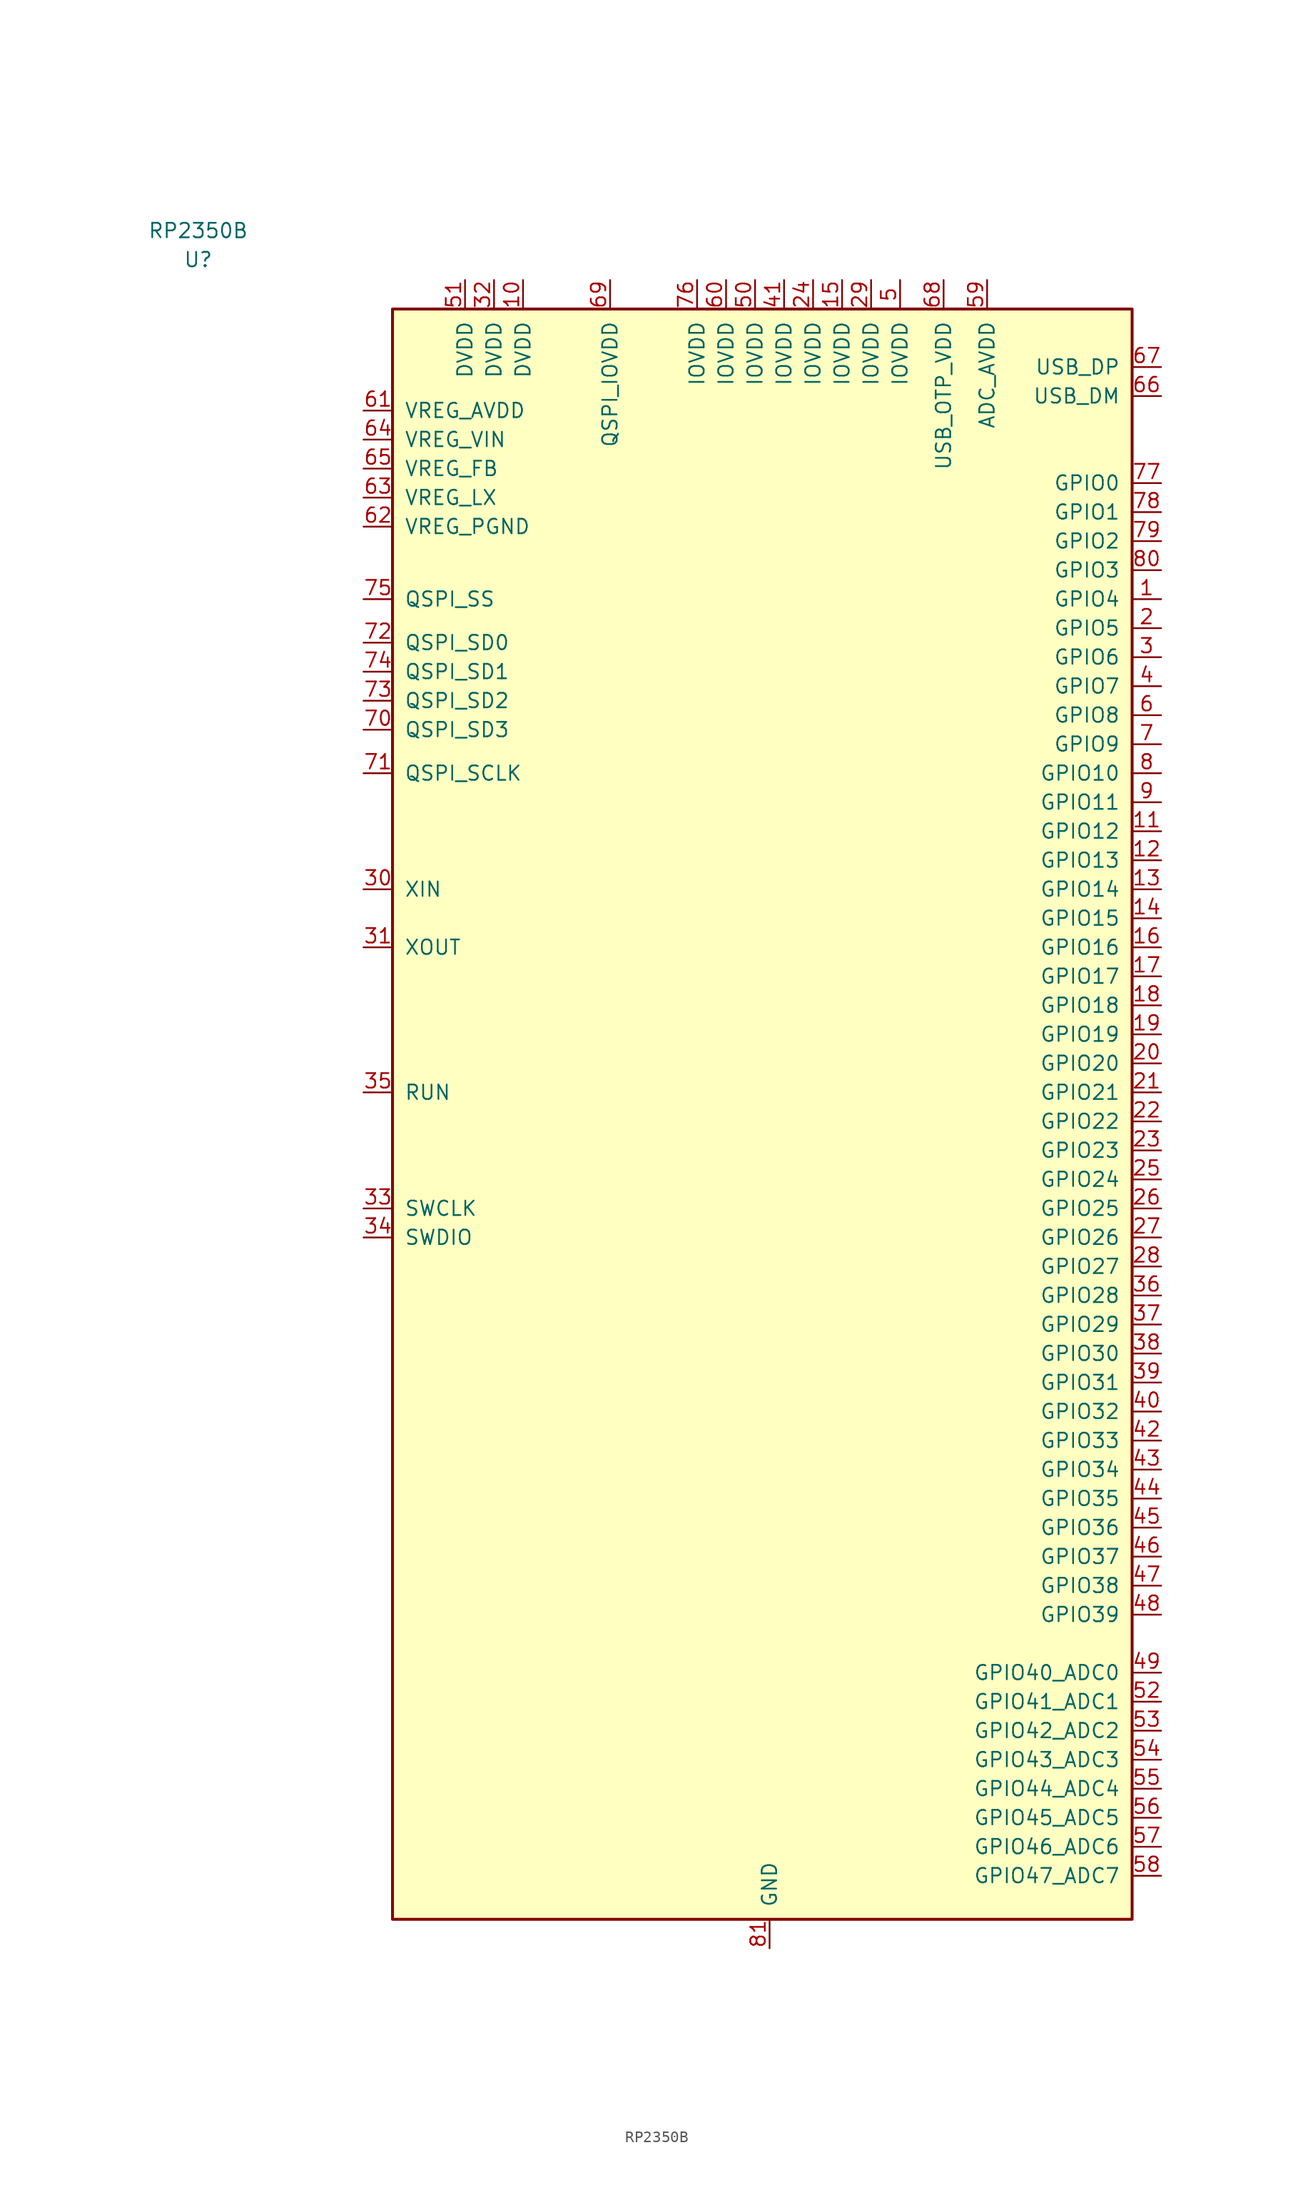
<source format=kicad_sym>
(kicad_symbol_lib
  (version 20241209)
  (generator "kicad_symbol_editor")
  (generator_version "9.0")
  (symbol "RP2350B"
    (pin_names
      (offset 1.016))
    (property "Reference" "U"
      (at -50.038 70.358 0)
      (effects (font (size 1.27 1.27))))
    (property "Value" "RP2350B"
      (at -50.038 72.898 0)
      (effects (font (size 1.27 1.27))))
    (symbol "RP2350B_1_0"
      (pin passive line (at 0 -77.47 90) (length 2.54) (name "GND" (effects (font (size 1.27 1.27)))) (number "81" (effects (font (size 1.27 1.27))))))
    (symbol "RP2350B_1_1"
      (rectangle (start -33.02 66.04) (end 31.75 -74.93) (stroke (width 0.254) (type solid)) (fill (type color) (color 255 255 194 1)))
      (pin power_in line (at -35.56 57.15 0) (length 2.54) (name "VREG_AVDD" (effects (font (size 1.27 1.27)))) (number "61" (effects (font (size 1.27 1.27)))))
      (pin power_in line (at -35.56 54.61 0) (length 2.54) (name "VREG_VIN" (effects (font (size 1.27 1.27)))) (number "64" (effects (font (size 1.27 1.27)))))
      (pin power_in line (at -35.56 52.07 0) (length 2.54) (name "VREG_FB" (effects (font (size 1.27 1.27)))) (number "65" (effects (font (size 1.27 1.27)))))
      (pin power_out line (at -35.56 49.53 0) (length 2.54) (name "VREG_LX" (effects (font (size 1.27 1.27)))) (number "63" (effects (font (size 1.27 1.27)))))
      (pin passive line (at -35.56 46.99 0) (length 2.54) (name "VREG_PGND" (effects (font (size 1.27 1.27)))) (number "62" (effects (font (size 1.27 1.27)))))
      (pin bidirectional line (at -35.56 40.64 0) (length 2.54) (name "QSPI_SS" (effects (font (size 1.27 1.27)))) (number "75" (effects (font (size 1.27 1.27)))))
      (pin bidirectional line (at -35.56 36.83 0) (length 2.54) (name "QSPI_SD0" (effects (font (size 1.27 1.27)))) (number "72" (effects (font (size 1.27 1.27)))))
      (pin bidirectional line (at -35.56 34.29 0) (length 2.54) (name "QSPI_SD1" (effects (font (size 1.27 1.27)))) (number "74" (effects (font (size 1.27 1.27)))))
      (pin bidirectional line (at -35.56 31.75 0) (length 2.54) (name "QSPI_SD2" (effects (font (size 1.27 1.27)))) (number "73" (effects (font (size 1.27 1.27)))))
      (pin bidirectional line (at -35.56 29.21 0) (length 2.54) (name "QSPI_SD3" (effects (font (size 1.27 1.27)))) (number "70" (effects (font (size 1.27 1.27)))))
      (pin bidirectional line (at -35.56 25.4 0) (length 2.54) (name "QSPI_SCLK" (effects (font (size 1.27 1.27)))) (number "71" (effects (font (size 1.27 1.27)))))
      (pin input line (at -35.56 15.24 0) (length 2.54) (name "XIN" (effects (font (size 1.27 1.27)))) (number "30" (effects (font (size 1.27 1.27)))))
      (pin output line (at -35.56 10.16 0) (length 2.54) (name "XOUT" (effects (font (size 1.27 1.27)))) (number "31" (effects (font (size 1.27 1.27)))))
      (pin input line (at -35.56 -2.54 0) (length 2.54) (name "RUN" (effects (font (size 1.27 1.27)))) (number "35" (effects (font (size 1.27 1.27)))))
      (pin bidirectional line (at -35.56 -12.7 0) (length 2.54) (name "SWCLK" (effects (font (size 1.27 1.27)))) (number "33" (effects (font (size 1.27 1.27)))))
      (pin bidirectional line (at -35.56 -15.24 0) (length 2.54) (name "SWDIO" (effects (font (size 1.27 1.27)))) (number "34" (effects (font (size 1.27 1.27)))))
      (pin power_in line (at -26.67 68.58 270) (length 2.54) (name "DVDD" (effects (font (size 1.27 1.27)))) (number "51" (effects (font (size 1.27 1.27)))))
      (pin power_in line (at -24.13 68.58 270) (length 2.54) (name "DVDD" (effects (font (size 1.27 1.27)))) (number "32" (effects (font (size 1.27 1.27)))))
      (pin power_in line (at -21.59 68.58 270) (length 2.54) (name "DVDD" (effects (font (size 1.27 1.27)))) (number "10" (effects (font (size 1.27 1.27)))))
      (pin bidirectional line (at -13.97 68.58 270) (length 2.54) (name "QSPI_IOVDD" (effects (font (size 1.27 1.27)))) (number "69" (effects (font (size 1.27 1.27)))))
      (pin power_in line (at -6.35 68.58 270) (length 2.54) (name "IOVDD" (effects (font (size 1.27 1.27)))) (number "76" (effects (font (size 1.27 1.27)))))
      (pin power_in line (at -3.81 68.58 270) (length 2.54) (name "IOVDD" (effects (font (size 1.27 1.27)))) (number "60" (effects (font (size 1.27 1.27)))))
      (pin power_in line (at -1.27 68.58 270) (length 2.54) (name "IOVDD" (effects (font (size 1.27 1.27)))) (number "50" (effects (font (size 1.27 1.27)))))
      (pin power_in line (at 1.27 68.58 270) (length 2.54) (name "IOVDD" (effects (font (size 1.27 1.27)))) (number "41" (effects (font (size 1.27 1.27)))))
      (pin power_in line (at 3.81 68.58 270) (length 2.54) (name "IOVDD" (effects (font (size 1.27 1.27)))) (number "24" (effects (font (size 1.27 1.27)))))
      (pin power_in line (at 6.35 68.58 270) (length 2.54) (name "IOVDD" (effects (font (size 1.27 1.27)))) (number "15" (effects (font (size 1.27 1.27)))))
      (pin power_in line (at 8.89 68.58 270) (length 2.54) (name "IOVDD" (effects (font (size 1.27 1.27)))) (number "29" (effects (font (size 1.27 1.27)))))
      (pin power_in line (at 11.43 68.58 270) (length 2.54) (name "IOVDD" (effects (font (size 1.27 1.27)))) (number "5" (effects (font (size 1.27 1.27)))))
      (pin power_in line (at 15.24 68.58 270) (length 2.54) (name "USB_OTP_VDD" (effects (font (size 1.27 1.27)))) (number "68" (effects (font (size 1.27 1.27)))))
      (pin power_in line (at 19.05 68.58 270) (length 2.54) (name "ADC_AVDD" (effects (font (size 1.27 1.27)))) (number "59" (effects (font (size 1.27 1.27)))))
      (pin bidirectional line (at 34.29 60.96 180) (length 2.54) (name "USB_DP" (effects (font (size 1.27 1.27)))) (number "67" (effects (font (size 1.27 1.27)))))
      (pin bidirectional line (at 34.29 58.42 180) (length 2.54) (name "USB_DM" (effects (font (size 1.27 1.27)))) (number "66" (effects (font (size 1.27 1.27)))))
      (pin bidirectional line (at 34.29 50.8 180) (length 2.54) (name "GPIO0" (effects (font (size 1.27 1.27)))) (number "77" (effects (font (size 1.27 1.27)))))
      (pin bidirectional line (at 34.29 48.26 180) (length 2.54) (name "GPIO1" (effects (font (size 1.27 1.27)))) (number "78" (effects (font (size 1.27 1.27)))))
      (pin bidirectional line (at 34.29 45.72 180) (length 2.54) (name "GPIO2" (effects (font (size 1.27 1.27)))) (number "79" (effects (font (size 1.27 1.27)))))
      (pin bidirectional line (at 34.29 43.18 180) (length 2.54) (name "GPIO3" (effects (font (size 1.27 1.27)))) (number "80" (effects (font (size 1.27 1.27)))))
      (pin bidirectional line (at 34.29 40.64 180) (length 2.54) (name "GPIO4" (effects (font (size 1.27 1.27)))) (number "1" (effects (font (size 1.27 1.27)))))
      (pin bidirectional line (at 34.29 38.1 180) (length 2.54) (name "GPIO5" (effects (font (size 1.27 1.27)))) (number "2" (effects (font (size 1.27 1.27)))))
      (pin bidirectional line (at 34.29 35.56 180) (length 2.54) (name "GPIO6" (effects (font (size 1.27 1.27)))) (number "3" (effects (font (size 1.27 1.27)))))
      (pin bidirectional line (at 34.29 33.02 180) (length 2.54) (name "GPIO7" (effects (font (size 1.27 1.27)))) (number "4" (effects (font (size 1.27 1.27)))))
      (pin bidirectional line (at 34.29 30.48 180) (length 2.54) (name "GPIO8" (effects (font (size 1.27 1.27)))) (number "6" (effects (font (size 1.27 1.27)))))
      (pin bidirectional line (at 34.29 27.94 180) (length 2.54) (name "GPIO9" (effects (font (size 1.27 1.27)))) (number "7" (effects (font (size 1.27 1.27)))))
      (pin bidirectional line (at 34.29 25.4 180) (length 2.54) (name "GPIO10" (effects (font (size 1.27 1.27)))) (number "8" (effects (font (size 1.27 1.27)))))
      (pin bidirectional line (at 34.29 22.86 180) (length 2.54) (name "GPIO11" (effects (font (size 1.27 1.27)))) (number "9" (effects (font (size 1.27 1.27)))))
      (pin bidirectional line (at 34.29 20.32 180) (length 2.54) (name "GPIO12" (effects (font (size 1.27 1.27)))) (number "11" (effects (font (size 1.27 1.27)))))
      (pin bidirectional line (at 34.29 17.78 180) (length 2.54) (name "GPIO13" (effects (font (size 1.27 1.27)))) (number "12" (effects (font (size 1.27 1.27)))))
      (pin bidirectional line (at 34.29 15.24 180) (length 2.54) (name "GPIO14" (effects (font (size 1.27 1.27)))) (number "13" (effects (font (size 1.27 1.27)))))
      (pin bidirectional line (at 34.29 12.7 180) (length 2.54) (name "GPIO15" (effects (font (size 1.27 1.27)))) (number "14" (effects (font (size 1.27 1.27)))))
      (pin bidirectional line (at 34.29 10.16 180) (length 2.54) (name "GPIO16" (effects (font (size 1.27 1.27)))) (number "16" (effects (font (size 1.27 1.27)))))
      (pin bidirectional line (at 34.29 7.62 180) (length 2.54) (name "GPIO17" (effects (font (size 1.27 1.27)))) (number "17" (effects (font (size 1.27 1.27)))))
      (pin bidirectional line (at 34.29 5.08 180) (length 2.54) (name "GPIO18" (effects (font (size 1.27 1.27)))) (number "18" (effects (font (size 1.27 1.27)))))
      (pin bidirectional line (at 34.29 2.54 180) (length 2.54) (name "GPIO19" (effects (font (size 1.27 1.27)))) (number "19" (effects (font (size 1.27 1.27)))))
      (pin bidirectional line (at 34.29 0 180) (length 2.54) (name "GPIO20" (effects (font (size 1.27 1.27)))) (number "20" (effects (font (size 1.27 1.27)))))
      (pin bidirectional line (at 34.29 -2.54 180) (length 2.54) (name "GPIO21" (effects (font (size 1.27 1.27)))) (number "21" (effects (font (size 1.27 1.27)))))
      (pin bidirectional line (at 34.29 -5.08 180) (length 2.54) (name "GPIO22" (effects (font (size 1.27 1.27)))) (number "22" (effects (font (size 1.27 1.27)))))
      (pin bidirectional line (at 34.29 -7.62 180) (length 2.54) (name "GPIO23" (effects (font (size 1.27 1.27)))) (number "23" (effects (font (size 1.27 1.27)))))
      (pin bidirectional line (at 34.29 -10.16 180) (length 2.54) (name "GPIO24" (effects (font (size 1.27 1.27)))) (number "25" (effects (font (size 1.27 1.27)))))
      (pin bidirectional line (at 34.29 -12.7 180) (length 2.54) (name "GPIO25" (effects (font (size 1.27 1.27)))) (number "26" (effects (font (size 1.27 1.27)))))
      (pin bidirectional line (at 34.29 -15.24 180) (length 2.54) (name "GPIO26" (effects (font (size 1.27 1.27)))) (number "27" (effects (font (size 1.27 1.27)))))
      (pin bidirectional line (at 34.29 -17.78 180) (length 2.54) (name "GPIO27" (effects (font (size 1.27 1.27)))) (number "28" (effects (font (size 1.27 1.27)))))
      (pin bidirectional line (at 34.29 -20.32 180) (length 2.54) (name "GPIO28" (effects (font (size 1.27 1.27)))) (number "36" (effects (font (size 1.27 1.27)))))
      (pin bidirectional line (at 34.29 -22.86 180) (length 2.54) (name "GPIO29" (effects (font (size 1.27 1.27)))) (number "37" (effects (font (size 1.27 1.27)))))
      (pin bidirectional line (at 34.29 -25.4 180) (length 2.54) (name "GPIO30" (effects (font (size 1.27 1.27)))) (number "38" (effects (font (size 1.27 1.27)))))
      (pin bidirectional line (at 34.29 -27.94 180) (length 2.54) (name "GPIO31" (effects (font (size 1.27 1.27)))) (number "39" (effects (font (size 1.27 1.27)))))
      (pin bidirectional line (at 34.29 -30.48 180) (length 2.54) (name "GPIO32" (effects (font (size 1.27 1.27)))) (number "40" (effects (font (size 1.27 1.27)))))
      (pin bidirectional line (at 34.29 -33.02 180) (length 2.54) (name "GPIO33" (effects (font (size 1.27 1.27)))) (number "42" (effects (font (size 1.27 1.27)))))
      (pin bidirectional line (at 34.29 -35.56 180) (length 2.54) (name "GPIO34" (effects (font (size 1.27 1.27)))) (number "43" (effects (font (size 1.27 1.27)))))
      (pin bidirectional line (at 34.29 -38.1 180) (length 2.54) (name "GPIO35" (effects (font (size 1.27 1.27)))) (number "44" (effects (font (size 1.27 1.27)))))
      (pin bidirectional line (at 34.29 -40.64 180) (length 2.54) (name "GPIO36" (effects (font (size 1.27 1.27)))) (number "45" (effects (font (size 1.27 1.27)))))
      (pin bidirectional line (at 34.29 -43.18 180) (length 2.54) (name "GPIO37" (effects (font (size 1.27 1.27)))) (number "46" (effects (font (size 1.27 1.27)))))
      (pin bidirectional line (at 34.29 -45.72 180) (length 2.54) (name "GPIO38" (effects (font (size 1.27 1.27)))) (number "47" (effects (font (size 1.27 1.27)))))
      (pin bidirectional line (at 34.29 -48.26 180) (length 2.54) (name "GPIO39" (effects (font (size 1.27 1.27)))) (number "48" (effects (font (size 1.27 1.27)))))
      (pin bidirectional line (at 34.29 -53.34 180) (length 2.54) (name "GPIO40_ADC0" (effects (font (size 1.27 1.27)))) (number "49" (effects (font (size 1.27 1.27)))))
      (pin bidirectional line (at 34.29 -55.88 180) (length 2.54) (name "GPIO41_ADC1" (effects (font (size 1.27 1.27)))) (number "52" (effects (font (size 1.27 1.27)))))
      (pin bidirectional line (at 34.29 -58.42 180) (length 2.54) (name "GPIO42_ADC2" (effects (font (size 1.27 1.27)))) (number "53" (effects (font (size 1.27 1.27)))))
      (pin bidirectional line (at 34.29 -60.96 180) (length 2.54) (name "GPIO43_ADC3" (effects (font (size 1.27 1.27)))) (number "54" (effects (font (size 1.27 1.27)))))
      (pin bidirectional line (at 34.29 -63.5 180) (length 2.54) (name "GPIO44_ADC4" (effects (font (size 1.27 1.27)))) (number "55" (effects (font (size 1.27 1.27)))))
      (pin bidirectional line (at 34.29 -66.04 180) (length 2.54) (name "GPIO45_ADC5" (effects (font (size 1.27 1.27)))) (number "56" (effects (font (size 1.27 1.27)))))
      (pin bidirectional line (at 34.29 -68.58 180) (length 2.54) (name "GPIO46_ADC6" (effects (font (size 1.27 1.27)))) (number "57" (effects (font (size 1.27 1.27)))))
      (pin bidirectional line (at 34.29 -71.12 180) (length 2.54) (name "GPIO47_ADC7" (effects (font (size 1.27 1.27)))) (number "58" (effects (font (size 1.27 1.27))))))))
</source>
